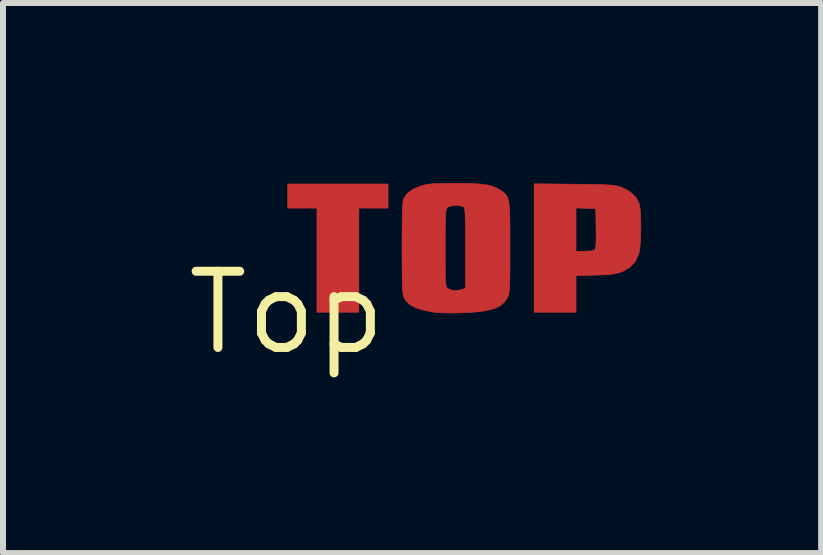
<source format=kicad_pcb>
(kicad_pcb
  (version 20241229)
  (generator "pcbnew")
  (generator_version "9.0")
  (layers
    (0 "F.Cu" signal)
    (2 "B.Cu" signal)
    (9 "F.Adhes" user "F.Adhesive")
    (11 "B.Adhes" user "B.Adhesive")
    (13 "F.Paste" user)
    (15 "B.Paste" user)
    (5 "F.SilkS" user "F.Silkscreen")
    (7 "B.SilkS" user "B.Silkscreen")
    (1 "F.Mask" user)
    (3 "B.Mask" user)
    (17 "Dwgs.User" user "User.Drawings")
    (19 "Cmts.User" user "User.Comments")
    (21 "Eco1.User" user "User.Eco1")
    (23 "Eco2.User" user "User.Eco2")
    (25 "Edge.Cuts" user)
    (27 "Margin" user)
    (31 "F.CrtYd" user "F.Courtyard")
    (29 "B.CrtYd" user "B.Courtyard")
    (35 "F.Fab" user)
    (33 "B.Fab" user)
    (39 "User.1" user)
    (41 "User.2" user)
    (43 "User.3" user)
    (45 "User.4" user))
  (footprint "Top"
    (layer "F.Cu")
    (at 1.731 2.161)
    (property "Reference" "Top" (at 0 0 0) (layer "F.SilkS") (effects (font (size 1.27 1.27) (thickness 0.15))))
    (attr through_hole board_only exclude_from_bom)
    (fp_poly (pts (xy 1.687 -1.743) (xy 1.2 -1.743) (xy 1.2 -0.007) (xy 0.501 -0.007) (xy 0.501 -1.743) (xy 0.014 -1.743) (xy 0.014 -2.145) (xy 1.687 -2.145) (xy 1.687 -1.743)) (stroke (width 0.01) (type solid)) (fill yes) (layer "F.Cu"))
    (fp_poly (pts (xy 4.793 -2.141) (xy 4.98 -2.139) (xy 5.13 -2.136) (xy 5.248 -2.134) (xy 5.34 -2.13) (xy 5.409 -2.126) (xy 5.463 -2.12) (xy 5.505 -2.112) (xy 5.542 -2.101) (xy 5.578 -2.089) (xy 5.592 -2.083) (xy 5.72 -2.015) (xy 5.814 -1.927) (xy 5.871 -1.821) (xy 5.873 -1.812) (xy 5.886 -1.744) (xy 5.894 -1.645) (xy 5.899 -1.525) (xy 5.899 -1.394) (xy 5.896 -1.263) (xy 5.889 -1.143) (xy 5.878 -1.045) (xy 5.866 -0.984) (xy 5.81 -0.858) (xy 5.723 -0.761) (xy 5.605 -0.69) (xy 5.585 -0.682) (xy 5.528 -0.663) (xy 5.467 -0.649) (xy 5.392 -0.639) (xy 5.295 -0.632) (xy 5.165 -0.627) (xy 5.142 -0.626) (xy 4.819 -0.616) (xy 4.819 -0.007) (xy 4.121 -0.007) (xy 4.121 -1.023) (xy 4.819 -1.023) (xy 4.965 -1.023) (xy 5.062 -1.028) (xy 5.12 -1.042) (xy 5.135 -1.053) (xy 5.145 -1.086) (xy 5.152 -1.157) (xy 5.154 -1.267) (xy 5.153 -1.407) (xy 5.147 -1.732) (xy 4.983 -1.739) (xy 4.819 -1.745) (xy 4.819 -1.023) (xy 4.121 -1.023) (xy 4.121 -2.148) (xy 4.793 -2.141)) (stroke (width 0.01) (type solid)) (fill yes) (layer "F.Cu"))
    (fp_poly (pts (xy 3.001 -2.154) (xy 3.147 -2.15) (xy 3.264 -2.14) (xy 3.358 -2.126) (xy 3.434 -2.105) (xy 3.501 -2.076) (xy 3.563 -2.039) (xy 3.57 -2.035) (xy 3.607 -2.008) (xy 3.637 -1.982) (xy 3.662 -1.953) (xy 3.681 -1.915) (xy 3.695 -1.864) (xy 3.705 -1.796) (xy 3.712 -1.707) (xy 3.716 -1.592) (xy 3.718 -1.448) (xy 3.718 -1.269) (xy 3.719 -1.088) (xy 3.718 -0.889) (xy 3.718 -0.728) (xy 3.717 -0.6) (xy 3.715 -0.5) (xy 3.712 -0.424) (xy 3.707 -0.367) (xy 3.701 -0.326) (xy 3.694 -0.294) (xy 3.684 -0.268) (xy 3.677 -0.252) (xy 3.629 -0.179) (xy 3.563 -0.12) (xy 3.474 -0.075) (xy 3.358 -0.041) (xy 3.211 -0.017) (xy 3.028 -0.002) (xy 2.904 0.002) (xy 2.779 0.005) (xy 2.658 0.004) (xy 2.552 0.001) (xy 2.473 -0.005) (xy 2.457 -0.007) (xy 2.286 -0.038) (xy 2.152 -0.079) (xy 2.053 -0.132) (xy 1.984 -0.198) (xy 1.954 -0.247) (xy 1.945 -0.271) (xy 1.938 -0.302) (xy 1.932 -0.346) (xy 1.927 -0.405) (xy 1.924 -0.486) (xy 1.922 -0.591) (xy 1.92 -0.726) (xy 1.92 -0.895) (xy 1.919 -1.076) (xy 2.639 -1.076) (xy 2.639 -0.894) (xy 2.64 -0.75) (xy 2.641 -0.639) (xy 2.643 -0.557) (xy 2.646 -0.498) (xy 2.651 -0.458) (xy 2.658 -0.432) (xy 2.667 -0.416) (xy 2.679 -0.405) (xy 2.686 -0.4) (xy 2.756 -0.373) (xy 2.844 -0.37) (xy 2.923 -0.388) (xy 2.978 -0.408) (xy 2.978 -1.071) (xy 2.977 -1.273) (xy 2.976 -1.435) (xy 2.973 -1.561) (xy 2.969 -1.654) (xy 2.964 -1.716) (xy 2.957 -1.751) (xy 2.952 -1.76) (xy 2.911 -1.778) (xy 2.846 -1.785) (xy 2.773 -1.783) (xy 2.709 -1.771) (xy 2.672 -1.752) (xy 2.663 -1.738) (xy 2.655 -1.713) (xy 2.649 -1.674) (xy 2.645 -1.616) (xy 2.642 -1.534) (xy 2.64 -1.423) (xy 2.639 -1.28) (xy 2.639 -1.1) (xy 2.639 -1.076) (xy 1.919 -1.076) (xy 1.919 -1.086) (xy 1.92 -1.32) (xy 1.922 -1.513) (xy 1.925 -1.665) (xy 1.929 -1.779) (xy 1.935 -1.855) (xy 1.942 -1.895) (xy 1.943 -1.898) (xy 2.006 -1.987) (xy 2.096 -2.055) (xy 2.219 -2.107) (xy 2.226 -2.109) (xy 2.28 -2.125) (xy 2.333 -2.137) (xy 2.391 -2.145) (xy 2.463 -2.151) (xy 2.554 -2.154) (xy 2.674 -2.155) (xy 2.819 -2.156) (xy 3.001 -2.154)) (stroke (width 0.01) (type solid)) (fill yes) (layer "F.Cu")))
  (gr_rect
    (start -3 -3)
    (end 10.635 6.167)
    (stroke (width 0.1) (type default))
    (fill no)
    (layer "Edge.Cuts")))
</source>
